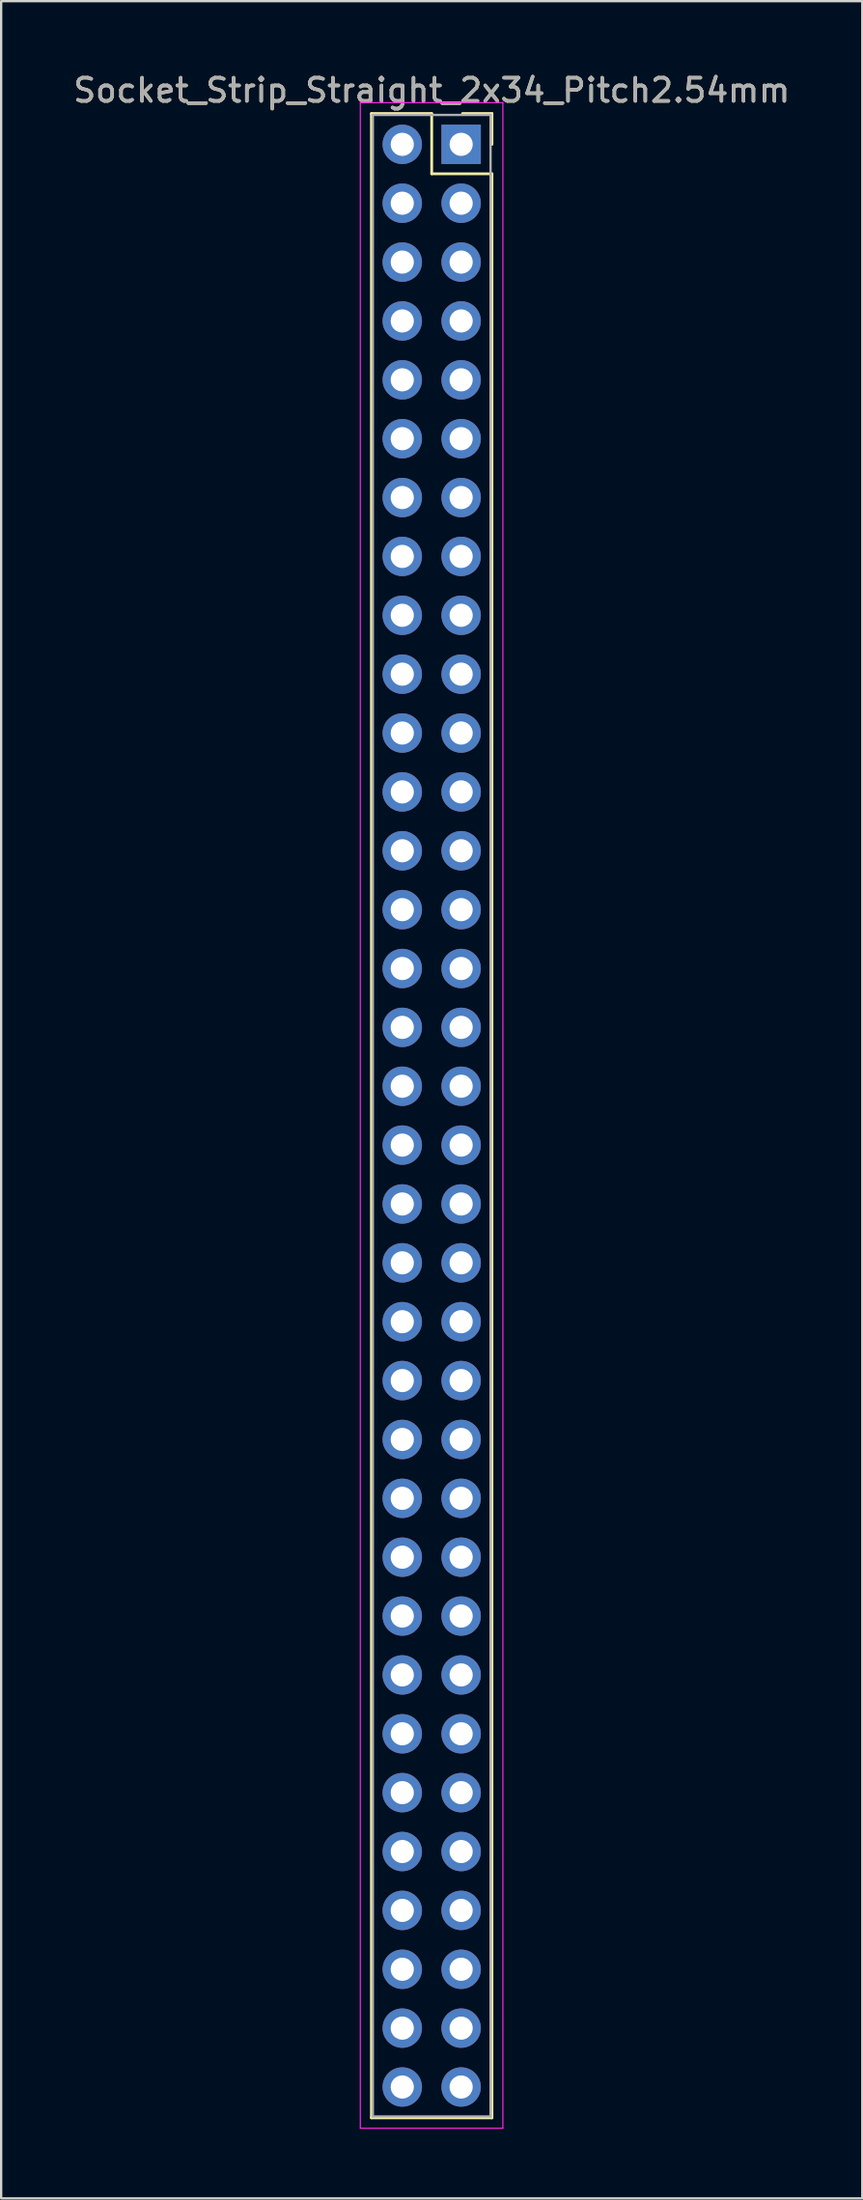
<source format=kicad_pcb>
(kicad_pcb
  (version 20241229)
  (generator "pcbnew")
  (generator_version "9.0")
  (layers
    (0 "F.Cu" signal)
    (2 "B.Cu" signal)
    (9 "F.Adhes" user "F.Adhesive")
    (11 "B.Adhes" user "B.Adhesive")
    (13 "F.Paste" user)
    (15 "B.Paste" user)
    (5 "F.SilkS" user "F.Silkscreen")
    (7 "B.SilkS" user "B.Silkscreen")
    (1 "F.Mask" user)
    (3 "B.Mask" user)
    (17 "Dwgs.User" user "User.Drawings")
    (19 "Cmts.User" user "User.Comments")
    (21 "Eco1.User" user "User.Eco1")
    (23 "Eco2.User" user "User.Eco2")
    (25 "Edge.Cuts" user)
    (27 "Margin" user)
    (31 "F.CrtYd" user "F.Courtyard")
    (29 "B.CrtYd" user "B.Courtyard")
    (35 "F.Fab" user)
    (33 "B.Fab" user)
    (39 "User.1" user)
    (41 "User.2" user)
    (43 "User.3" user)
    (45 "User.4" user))
  (footprint "Socket_Strip_Straight_2x34_Pitch2.54mm"
    (layer "F.Cu")
    (at 16.847 3.178)
    (property "Reference" "Socket_Strip_Straight_2x34_Pitch2.54mm" (at -1.27 -2.33 0) (layer "F.SilkS") (effects (font (size 1 1) (thickness 0.15))))
    (attr through_hole)
    (fp_line (start -3.87 -1.33) (end -1.27 -1.33) (stroke (width 0.12) (type solid)) (layer "F.SilkS"))
    (fp_line (start -3.87 85.15) (end -3.87 -1.33) (stroke (width 0.12) (type solid)) (layer "F.SilkS"))
    (fp_line (start -1.27 -1.33) (end -1.27 1.27) (stroke (width 0.12) (type solid)) (layer "F.SilkS"))
    (fp_line (start -1.27 1.27) (end 1.33 1.27) (stroke (width 0.12) (type solid)) (layer "F.SilkS"))
    (fp_line (start 1.33 -1.33) (end 0.06 -1.33) (stroke (width 0.12) (type solid)) (layer "F.SilkS"))
    (fp_line (start 1.33 0) (end 1.33 -1.33) (stroke (width 0.12) (type solid)) (layer "F.SilkS"))
    (fp_line (start 1.33 1.27) (end 1.33 85.15) (stroke (width 0.12) (type solid)) (layer "F.SilkS"))
    (fp_line (start 1.33 85.15) (end -3.87 85.15) (stroke (width 0.12) (type solid)) (layer "F.SilkS"))
    (fp_line (start -4.35 -1.8) (end -4.35 85.6) (stroke (width 0.05) (type solid)) (layer "F.CrtYd"))
    (fp_line (start -4.35 85.6) (end 1.8 85.6) (stroke (width 0.05) (type solid)) (layer "F.CrtYd"))
    (fp_line (start 1.8 -1.8) (end -4.35 -1.8) (stroke (width 0.05) (type solid)) (layer "F.CrtYd"))
    (fp_line (start 1.8 85.6) (end 1.8 -1.8) (stroke (width 0.05) (type solid)) (layer "F.CrtYd"))
    (fp_line (start -3.81 -1.27) (end -3.81 85.09) (stroke (width 0.1) (type solid)) (layer "F.Fab"))
    (fp_line (start -3.81 85.09) (end 1.27 85.09) (stroke (width 0.1) (type solid)) (layer "F.Fab"))
    (fp_line (start 1.27 -1.27) (end -3.81 -1.27) (stroke (width 0.1) (type solid)) (layer "F.Fab"))
    (fp_line (start 1.27 85.09) (end 1.27 -1.27) (stroke (width 0.1) (type solid)) (layer "F.Fab"))
    (fp_text user "${REFERENCE}" (at -1.27 -2.33 0) (layer "F.Fab") (effects (font (size 1 1) (thickness 0.15))))
    (pad "1" thru_hole rect (at 0 0) (size 1.7 1.7) (drill 1) (layers "*.Cu" "*.Mask"))
    (pad "2" thru_hole oval (at -2.54 0) (size 1.7 1.7) (drill 1) (layers "*.Cu" "*.Mask"))
    (pad "3" thru_hole oval (at 0 2.54) (size 1.7 1.7) (drill 1) (layers "*.Cu" "*.Mask"))
    (pad "4" thru_hole oval (at -2.54 2.54) (size 1.7 1.7) (drill 1) (layers "*.Cu" "*.Mask"))
    (pad "5" thru_hole oval (at 0 5.08) (size 1.7 1.7) (drill 1) (layers "*.Cu" "*.Mask"))
    (pad "6" thru_hole oval (at -2.54 5.08) (size 1.7 1.7) (drill 1) (layers "*.Cu" "*.Mask"))
    (pad "7" thru_hole oval (at 0 7.62) (size 1.7 1.7) (drill 1) (layers "*.Cu" "*.Mask"))
    (pad "8" thru_hole oval (at -2.54 7.62) (size 1.7 1.7) (drill 1) (layers "*.Cu" "*.Mask"))
    (pad "9" thru_hole oval (at 0 10.16) (size 1.7 1.7) (drill 1) (layers "*.Cu" "*.Mask"))
    (pad "10" thru_hole oval (at -2.54 10.16) (size 1.7 1.7) (drill 1) (layers "*.Cu" "*.Mask"))
    (pad "11" thru_hole oval (at 0 12.7) (size 1.7 1.7) (drill 1) (layers "*.Cu" "*.Mask"))
    (pad "12" thru_hole oval (at -2.54 12.7) (size 1.7 1.7) (drill 1) (layers "*.Cu" "*.Mask"))
    (pad "13" thru_hole oval (at 0 15.24) (size 1.7 1.7) (drill 1) (layers "*.Cu" "*.Mask"))
    (pad "14" thru_hole oval (at -2.54 15.24) (size 1.7 1.7) (drill 1) (layers "*.Cu" "*.Mask"))
    (pad "15" thru_hole oval (at 0 17.78) (size 1.7 1.7) (drill 1) (layers "*.Cu" "*.Mask"))
    (pad "16" thru_hole oval (at -2.54 17.78) (size 1.7 1.7) (drill 1) (layers "*.Cu" "*.Mask"))
    (pad "17" thru_hole oval (at 0 20.32) (size 1.7 1.7) (drill 1) (layers "*.Cu" "*.Mask"))
    (pad "18" thru_hole oval (at -2.54 20.32) (size 1.7 1.7) (drill 1) (layers "*.Cu" "*.Mask"))
    (pad "19" thru_hole oval (at 0 22.86) (size 1.7 1.7) (drill 1) (layers "*.Cu" "*.Mask"))
    (pad "20" thru_hole oval (at -2.54 22.86) (size 1.7 1.7) (drill 1) (layers "*.Cu" "*.Mask"))
    (pad "21" thru_hole oval (at 0 25.4) (size 1.7 1.7) (drill 1) (layers "*.Cu" "*.Mask"))
    (pad "22" thru_hole oval (at -2.54 25.4) (size 1.7 1.7) (drill 1) (layers "*.Cu" "*.Mask"))
    (pad "23" thru_hole oval (at 0 27.94) (size 1.7 1.7) (drill 1) (layers "*.Cu" "*.Mask"))
    (pad "24" thru_hole oval (at -2.54 27.94) (size 1.7 1.7) (drill 1) (layers "*.Cu" "*.Mask"))
    (pad "25" thru_hole oval (at 0 30.48) (size 1.7 1.7) (drill 1) (layers "*.Cu" "*.Mask"))
    (pad "26" thru_hole oval (at -2.54 30.48) (size 1.7 1.7) (drill 1) (layers "*.Cu" "*.Mask"))
    (pad "27" thru_hole oval (at 0 33.02) (size 1.7 1.7) (drill 1) (layers "*.Cu" "*.Mask"))
    (pad "28" thru_hole oval (at -2.54 33.02) (size 1.7 1.7) (drill 1) (layers "*.Cu" "*.Mask"))
    (pad "29" thru_hole oval (at 0 35.56) (size 1.7 1.7) (drill 1) (layers "*.Cu" "*.Mask"))
    (pad "30" thru_hole oval (at -2.54 35.56) (size 1.7 1.7) (drill 1) (layers "*.Cu" "*.Mask"))
    (pad "31" thru_hole oval (at 0 38.1) (size 1.7 1.7) (drill 1) (layers "*.Cu" "*.Mask"))
    (pad "32" thru_hole oval (at -2.54 38.1) (size 1.7 1.7) (drill 1) (layers "*.Cu" "*.Mask"))
    (pad "33" thru_hole oval (at 0 40.64) (size 1.7 1.7) (drill 1) (layers "*.Cu" "*.Mask"))
    (pad "34" thru_hole oval (at -2.54 40.64) (size 1.7 1.7) (drill 1) (layers "*.Cu" "*.Mask"))
    (pad "35" thru_hole oval (at 0 43.18) (size 1.7 1.7) (drill 1) (layers "*.Cu" "*.Mask"))
    (pad "36" thru_hole oval (at -2.54 43.18) (size 1.7 1.7) (drill 1) (layers "*.Cu" "*.Mask"))
    (pad "37" thru_hole oval (at 0 45.72) (size 1.7 1.7) (drill 1) (layers "*.Cu" "*.Mask"))
    (pad "38" thru_hole oval (at -2.54 45.72) (size 1.7 1.7) (drill 1) (layers "*.Cu" "*.Mask"))
    (pad "39" thru_hole oval (at 0 48.26) (size 1.7 1.7) (drill 1) (layers "*.Cu" "*.Mask"))
    (pad "40" thru_hole oval (at -2.54 48.26) (size 1.7 1.7) (drill 1) (layers "*.Cu" "*.Mask"))
    (pad "41" thru_hole oval (at 0 50.8) (size 1.7 1.7) (drill 1) (layers "*.Cu" "*.Mask"))
    (pad "42" thru_hole oval (at -2.54 50.8) (size 1.7 1.7) (drill 1) (layers "*.Cu" "*.Mask"))
    (pad "43" thru_hole oval (at 0 53.34) (size 1.7 1.7) (drill 1) (layers "*.Cu" "*.Mask"))
    (pad "44" thru_hole oval (at -2.54 53.34) (size 1.7 1.7) (drill 1) (layers "*.Cu" "*.Mask"))
    (pad "45" thru_hole oval (at 0 55.88) (size 1.7 1.7) (drill 1) (layers "*.Cu" "*.Mask"))
    (pad "46" thru_hole oval (at -2.54 55.88) (size 1.7 1.7) (drill 1) (layers "*.Cu" "*.Mask"))
    (pad "47" thru_hole oval (at 0 58.42) (size 1.7 1.7) (drill 1) (layers "*.Cu" "*.Mask"))
    (pad "48" thru_hole oval (at -2.54 58.42) (size 1.7 1.7) (drill 1) (layers "*.Cu" "*.Mask"))
    (pad "49" thru_hole oval (at 0 60.96) (size 1.7 1.7) (drill 1) (layers "*.Cu" "*.Mask"))
    (pad "50" thru_hole oval (at -2.54 60.96) (size 1.7 1.7) (drill 1) (layers "*.Cu" "*.Mask"))
    (pad "51" thru_hole oval (at 0 63.5) (size 1.7 1.7) (drill 1) (layers "*.Cu" "*.Mask"))
    (pad "52" thru_hole oval (at -2.54 63.5) (size 1.7 1.7) (drill 1) (layers "*.Cu" "*.Mask"))
    (pad "53" thru_hole oval (at 0 66.04) (size 1.7 1.7) (drill 1) (layers "*.Cu" "*.Mask"))
    (pad "54" thru_hole oval (at -2.54 66.04) (size 1.7 1.7) (drill 1) (layers "*.Cu" "*.Mask"))
    (pad "55" thru_hole oval (at 0 68.58) (size 1.7 1.7) (drill 1) (layers "*.Cu" "*.Mask"))
    (pad "56" thru_hole oval (at -2.54 68.58) (size 1.7 1.7) (drill 1) (layers "*.Cu" "*.Mask"))
    (pad "57" thru_hole oval (at 0 71.12) (size 1.7 1.7) (drill 1) (layers "*.Cu" "*.Mask"))
    (pad "58" thru_hole oval (at -2.54 71.12) (size 1.7 1.7) (drill 1) (layers "*.Cu" "*.Mask"))
    (pad "59" thru_hole oval (at 0 73.66) (size 1.7 1.7) (drill 1) (layers "*.Cu" "*.Mask"))
    (pad "60" thru_hole oval (at -2.54 73.66) (size 1.7 1.7) (drill 1) (layers "*.Cu" "*.Mask"))
    (pad "61" thru_hole oval (at 0 76.2) (size 1.7 1.7) (drill 1) (layers "*.Cu" "*.Mask"))
    (pad "62" thru_hole oval (at -2.54 76.2) (size 1.7 1.7) (drill 1) (layers "*.Cu" "*.Mask"))
    (pad "63" thru_hole oval (at 0 78.74) (size 1.7 1.7) (drill 1) (layers "*.Cu" "*.Mask"))
    (pad "64" thru_hole oval (at -2.54 78.74) (size 1.7 1.7) (drill 1) (layers "*.Cu" "*.Mask"))
    (pad "65" thru_hole oval (at 0 81.28) (size 1.7 1.7) (drill 1) (layers "*.Cu" "*.Mask"))
    (pad "66" thru_hole oval (at -2.54 81.28) (size 1.7 1.7) (drill 1) (layers "*.Cu" "*.Mask"))
    (pad "67" thru_hole oval (at 0 83.82) (size 1.7 1.7) (drill 1) (layers "*.Cu" "*.Mask"))
    (pad "68" thru_hole oval (at -2.54 83.82) (size 1.7 1.7) (drill 1) (layers "*.Cu" "*.Mask")))
  (gr_rect
    (start -3 -3)
    (end 34.155 91.803)
    (stroke (width 0.1) (type default))
    (fill no)
    (layer "Edge.Cuts")))
</source>
